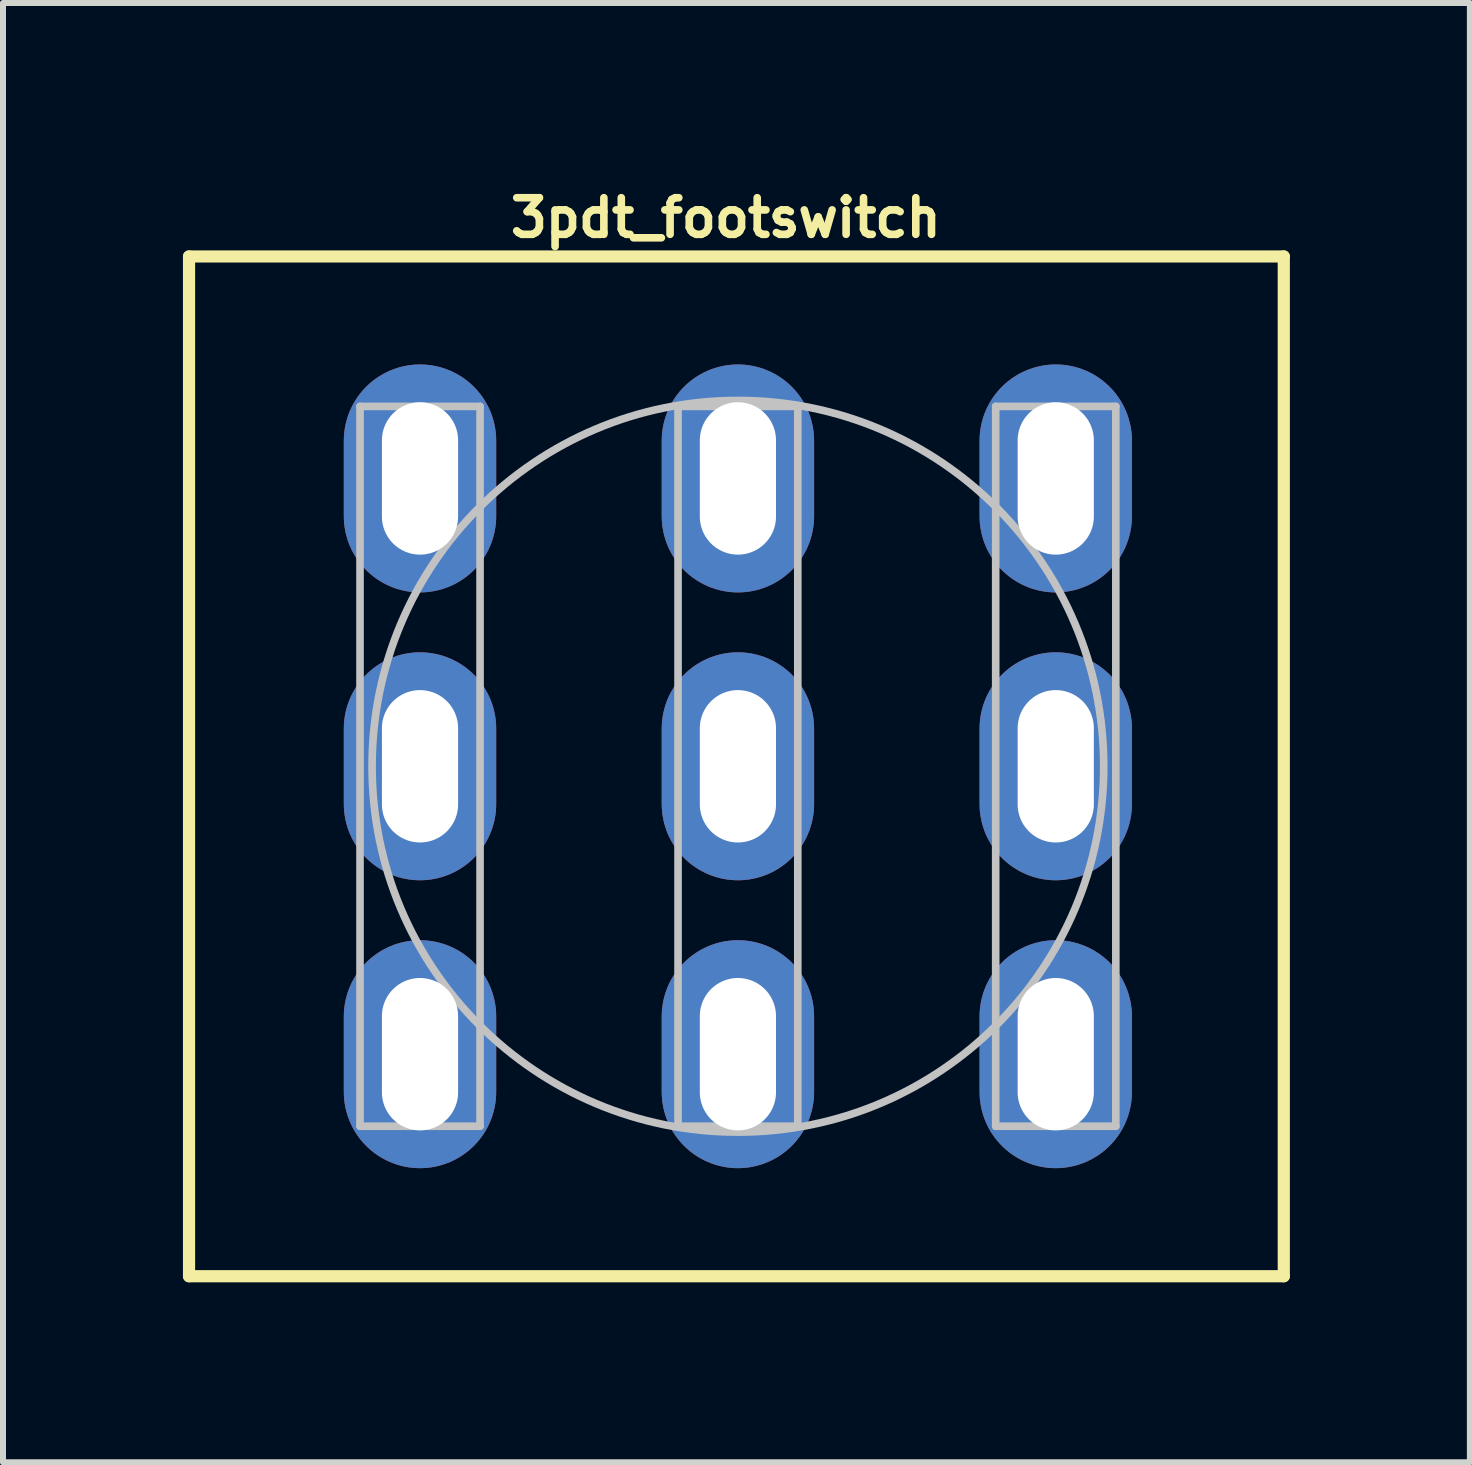
<source format=kicad_pcb>
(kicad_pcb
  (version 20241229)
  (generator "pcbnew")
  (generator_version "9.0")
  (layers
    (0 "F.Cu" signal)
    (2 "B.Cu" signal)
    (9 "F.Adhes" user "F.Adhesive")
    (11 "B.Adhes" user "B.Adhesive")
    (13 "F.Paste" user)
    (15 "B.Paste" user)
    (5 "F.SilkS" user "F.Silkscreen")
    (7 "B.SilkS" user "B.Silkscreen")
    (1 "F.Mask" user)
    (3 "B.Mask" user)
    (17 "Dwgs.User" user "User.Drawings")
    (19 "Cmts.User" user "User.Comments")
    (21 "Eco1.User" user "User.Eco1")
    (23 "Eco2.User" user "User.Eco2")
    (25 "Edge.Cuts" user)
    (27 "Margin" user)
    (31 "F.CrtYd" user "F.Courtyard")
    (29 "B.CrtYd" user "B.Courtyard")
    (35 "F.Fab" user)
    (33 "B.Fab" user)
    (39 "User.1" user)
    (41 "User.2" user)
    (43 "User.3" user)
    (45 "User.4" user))
  (footprint "3pdt_footswitch"
    (layer "F.Cu")
    (at 9.949 9.724)
    (property "Reference" "3pdt_footswitch" (at -0.9 -9.144 0) (layer "F.SilkS") (effects (font (size 0.61 0.61) (thickness 0.127))))
    (attr exclude_from_pos_files exclude_from_bom)
    (fp_line (start -9.848 -8.499) (end 8.4 -8.499) (stroke (width 0.203) (type solid)) (layer "F.SilkS"))
    (fp_line (start -9.848 8.499) (end -9.848 -8.499) (stroke (width 0.203) (type solid)) (layer "F.SilkS"))
    (fp_line (start 8.4 -8.499) (end 8.4 8.499) (stroke (width 0.203) (type solid)) (layer "F.SilkS"))
    (fp_line (start 8.4 8.499) (end -9.848 8.499) (stroke (width 0.203) (type solid)) (layer "F.SilkS"))
    (fp_line (start -6.998 -6) (end -6.998 5.999) (stroke (width 0.127) (type solid)) (layer "Dwgs.User"))
    (fp_line (start -6.998 5.999) (end -4.997 5.999) (stroke (width 0.127) (type solid)) (layer "Dwgs.User"))
    (fp_line (start -4.997 -6) (end -6.998 -6) (stroke (width 0.127) (type solid)) (layer "Dwgs.User"))
    (fp_line (start -4.997 5.999) (end -4.997 -6) (stroke (width 0.127) (type solid)) (layer "Dwgs.User"))
    (fp_line (start -1.697 -6) (end 0.299 -6) (stroke (width 0.127) (type solid)) (layer "Dwgs.User"))
    (fp_line (start -1.697 5.999) (end -1.697 -6) (stroke (width 0.127) (type solid)) (layer "Dwgs.User"))
    (fp_line (start 0.299 -6) (end 0.299 5.999) (stroke (width 0.127) (type solid)) (layer "Dwgs.User"))
    (fp_line (start 0.299 5.999) (end -1.697 5.999) (stroke (width 0.127) (type solid)) (layer "Dwgs.User"))
    (fp_line (start 3.598 -6) (end 3.598 5.999) (stroke (width 0.127) (type solid)) (layer "Dwgs.User"))
    (fp_line (start 3.598 5.999) (end 5.6 5.999) (stroke (width 0.127) (type solid)) (layer "Dwgs.User"))
    (fp_line (start 5.6 -6) (end 3.598 -6) (stroke (width 0.127) (type solid)) (layer "Dwgs.User"))
    (fp_line (start 5.6 5.999) (end 5.6 -6) (stroke (width 0.127) (type solid)) (layer "Dwgs.User"))
    (fp_circle (center -0.699 -0.001) (end -0.699 -6.099) (stroke (width 0.127) (type solid)) (fill no) (layer "Dwgs.User"))
    (pad "1" thru_hole oval (at -5.998 -4.799) (size 2.54 3.8) (drill oval 1.27 2.54) (layers "*.Cu" "*.Mask"))
    (pad "2" thru_hole oval (at -0.699 -4.799) (size 2.54 3.8) (drill oval 1.27 2.54) (layers "*.Cu" "*.Mask"))
    (pad "3" thru_hole oval (at 4.599 -4.799) (size 2.54 3.8) (drill oval 1.27 2.54) (layers "*.Cu" "*.Mask"))
    (pad "4" thru_hole oval (at -5.998 -0.001) (size 2.54 3.8) (drill oval 1.27 2.54) (layers "*.Cu" "*.Mask"))
    (pad "5" thru_hole oval (at -0.699 -0.001) (size 2.54 3.8) (drill oval 1.27 2.54) (layers "*.Cu" "*.Mask"))
    (pad "6" thru_hole oval (at 4.599 -0.001) (size 2.54 3.8) (drill oval 1.27 2.54) (layers "*.Cu" "*.Mask"))
    (pad "7" thru_hole oval (at -5.998 4.798) (size 2.54 3.8) (drill oval 1.27 2.54) (layers "*.Cu" "*.Mask"))
    (pad "8" thru_hole oval (at -0.699 4.798) (size 2.54 3.8) (drill oval 1.27 2.54) (layers "*.Cu" "*.Mask"))
    (pad "9" thru_hole oval (at 4.599 4.798) (size 2.54 3.8) (drill oval 1.27 2.54) (layers "*.Cu" "*.Mask")))
  (gr_rect
    (start -3 -3)
    (end 21.451 21.324)
    (stroke (width 0.1) (type default))
    (fill no)
    (layer "Edge.Cuts")))
</source>
